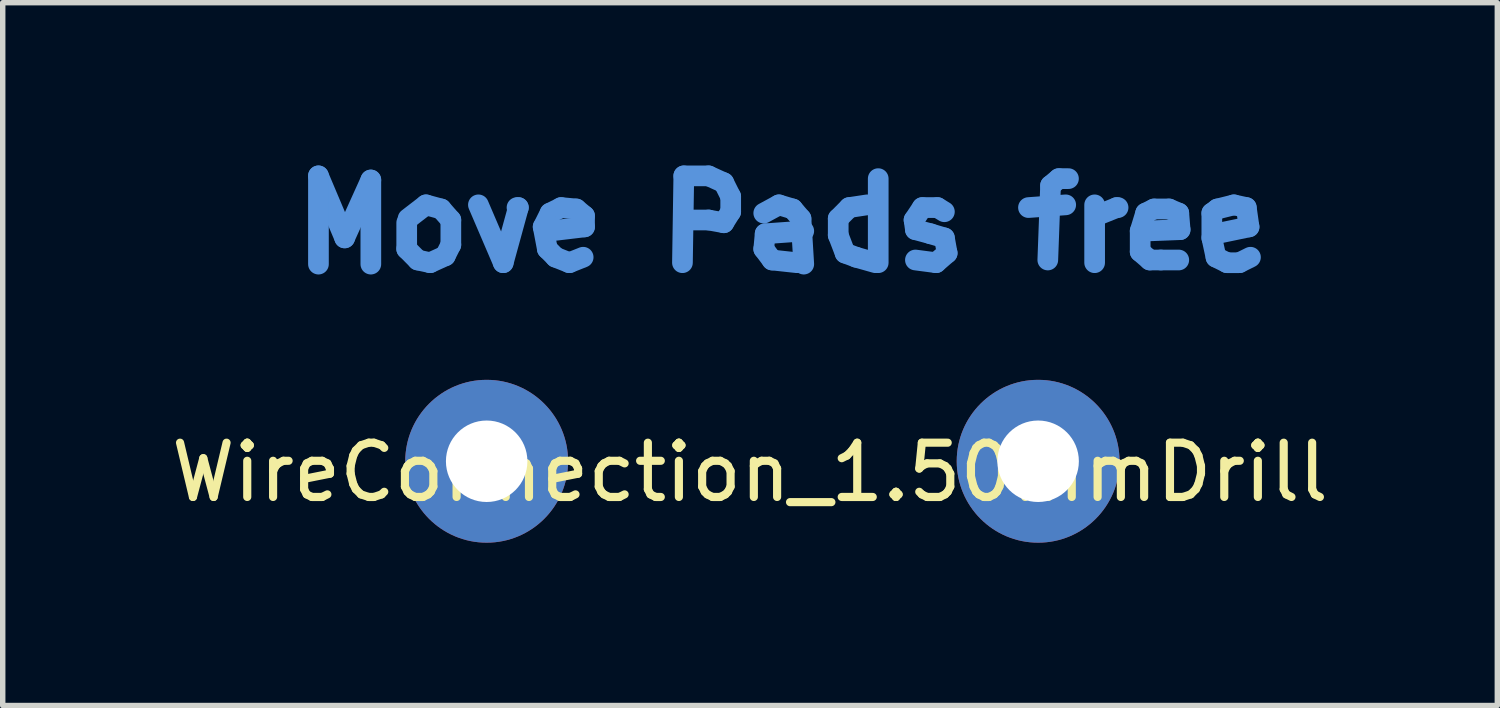
<source format=kicad_pcb>
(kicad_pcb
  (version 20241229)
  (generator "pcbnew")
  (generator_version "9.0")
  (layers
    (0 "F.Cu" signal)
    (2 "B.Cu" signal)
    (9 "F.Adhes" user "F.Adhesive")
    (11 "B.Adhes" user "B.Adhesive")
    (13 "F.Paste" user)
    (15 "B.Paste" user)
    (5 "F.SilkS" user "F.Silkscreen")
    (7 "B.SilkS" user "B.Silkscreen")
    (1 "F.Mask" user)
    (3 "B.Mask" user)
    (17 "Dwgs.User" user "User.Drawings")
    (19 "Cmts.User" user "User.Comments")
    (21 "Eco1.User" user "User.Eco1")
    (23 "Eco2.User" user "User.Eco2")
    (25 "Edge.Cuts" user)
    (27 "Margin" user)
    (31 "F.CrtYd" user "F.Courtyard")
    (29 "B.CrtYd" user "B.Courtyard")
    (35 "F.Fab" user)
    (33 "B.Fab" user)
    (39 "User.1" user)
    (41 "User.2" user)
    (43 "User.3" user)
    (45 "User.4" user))
  (footprint "WireConnection_1.50mmDrill"
    (layer "F.Cu")
    (at 5.916 5.448)
    (property "Reference" "WireConnection_1.50mmDrill" (at 4.851 0.203 0) (layer "F.SilkS") (effects (font (size 1 1) (thickness 0.15))))
    (attr through_hole)
    (fp_line (start -3.099 -5.258) (end -2.616 -4.115) (stroke (width 0.381) (type solid)) (layer "Cmts.User"))
    (fp_line (start -3.099 -3.632) (end -3.099 -5.258) (stroke (width 0.381) (type solid)) (layer "Cmts.User"))
    (fp_line (start -2.616 -4.115) (end -2.134 -5.182) (stroke (width 0.381) (type solid)) (layer "Cmts.User"))
    (fp_line (start -2.134 -5.182) (end -2.134 -3.632) (stroke (width 0.381) (type solid)) (layer "Cmts.User"))
    (fp_line (start -1.473 -4.394) (end -1.473 -3.912) (stroke (width 0.381) (type solid)) (layer "Cmts.User"))
    (fp_line (start -1.473 -3.912) (end -1.27 -3.708) (stroke (width 0.381) (type solid)) (layer "Cmts.User"))
    (fp_line (start -1.27 -3.708) (end -1.041 -3.658) (stroke (width 0.381) (type solid)) (layer "Cmts.User"))
    (fp_line (start -1.118 -4.724) (end -1.448 -4.47) (stroke (width 0.381) (type solid)) (layer "Cmts.User"))
    (fp_line (start -1.041 -3.658) (end -0.762 -3.785) (stroke (width 0.381) (type solid)) (layer "Cmts.User"))
    (fp_line (start -0.838 -4.648) (end -1.118 -4.724) (stroke (width 0.381) (type solid)) (layer "Cmts.User"))
    (fp_line (start -0.762 -3.785) (end -0.66 -3.988) (stroke (width 0.381) (type solid)) (layer "Cmts.User"))
    (fp_line (start -0.66 -4.445) (end -0.838 -4.648) (stroke (width 0.381) (type solid)) (layer "Cmts.User"))
    (fp_line (start -0.66 -3.988) (end -0.66 -4.445) (stroke (width 0.381) (type solid)) (layer "Cmts.User"))
    (fp_line (start -0.152 -4.724) (end 0.305 -3.658) (stroke (width 0.381) (type solid)) (layer "Cmts.User"))
    (fp_line (start 0.305 -3.658) (end 0.584 -4.674) (stroke (width 0.381) (type solid)) (layer "Cmts.User"))
    (fp_line (start 0.584 -4.674) (end 0.559 -4.674) (stroke (width 0.381) (type solid)) (layer "Cmts.User"))
    (fp_line (start 1.041 -4.318) (end 1.168 -4.572) (stroke (width 0.381) (type solid)) (layer "Cmts.User"))
    (fp_line (start 1.118 -3.912) (end 1.041 -4.318) (stroke (width 0.381) (type solid)) (layer "Cmts.User"))
    (fp_line (start 1.168 -4.572) (end 1.372 -4.674) (stroke (width 0.381) (type solid)) (layer "Cmts.User"))
    (fp_line (start 1.27 -3.759) (end 1.118 -3.912) (stroke (width 0.381) (type solid)) (layer "Cmts.User"))
    (fp_line (start 1.372 -4.674) (end 1.651 -4.648) (stroke (width 0.381) (type solid)) (layer "Cmts.User"))
    (fp_line (start 1.524 -3.658) (end 1.27 -3.759) (stroke (width 0.381) (type solid)) (layer "Cmts.User"))
    (fp_line (start 1.651 -4.648) (end 1.803 -4.521) (stroke (width 0.381) (type solid)) (layer "Cmts.User"))
    (fp_line (start 1.778 -3.759) (end 1.524 -3.658) (stroke (width 0.381) (type solid)) (layer "Cmts.User"))
    (fp_line (start 1.803 -4.521) (end 1.803 -4.318) (stroke (width 0.381) (type solid)) (layer "Cmts.User"))
    (fp_line (start 1.803 -4.318) (end 1.168 -4.242) (stroke (width 0.381) (type solid)) (layer "Cmts.User"))
    (fp_line (start 3.607 -3.658) (end 3.632 -5.258) (stroke (width 0.381) (type solid)) (layer "Cmts.User"))
    (fp_line (start 3.632 -5.258) (end 4.089 -5.258) (stroke (width 0.381) (type solid)) (layer "Cmts.User"))
    (fp_line (start 4.089 -5.258) (end 4.369 -5.131) (stroke (width 0.381) (type solid)) (layer "Cmts.User"))
    (fp_line (start 4.089 -4.445) (end 3.632 -4.445) (stroke (width 0.381) (type solid)) (layer "Cmts.User"))
    (fp_line (start 4.369 -5.131) (end 4.496 -4.877) (stroke (width 0.381) (type solid)) (layer "Cmts.User"))
    (fp_line (start 4.369 -4.394) (end 4.089 -4.445) (stroke (width 0.381) (type solid)) (layer "Cmts.User"))
    (fp_line (start 4.496 -4.877) (end 4.496 -4.597) (stroke (width 0.381) (type solid)) (layer "Cmts.User"))
    (fp_line (start 4.496 -4.597) (end 4.369 -4.394) (stroke (width 0.381) (type solid)) (layer "Cmts.User"))
    (fp_line (start 5.105 -4.572) (end 5.385 -4.724) (stroke (width 0.381) (type solid)) (layer "Cmts.User"))
    (fp_line (start 5.105 -3.912) (end 5.131 -4.191) (stroke (width 0.381) (type solid)) (layer "Cmts.User"))
    (fp_line (start 5.131 -4.191) (end 5.842 -4.242) (stroke (width 0.381) (type solid)) (layer "Cmts.User"))
    (fp_line (start 5.258 -3.708) (end 5.105 -3.912) (stroke (width 0.381) (type solid)) (layer "Cmts.User"))
    (fp_line (start 5.385 -4.724) (end 5.639 -4.648) (stroke (width 0.381) (type solid)) (layer "Cmts.User"))
    (fp_line (start 5.639 -4.648) (end 5.791 -4.47) (stroke (width 0.381) (type solid)) (layer "Cmts.User"))
    (fp_line (start 5.715 -3.658) (end 5.258 -3.708) (stroke (width 0.381) (type solid)) (layer "Cmts.User"))
    (fp_line (start 5.791 -4.47) (end 5.842 -3.632) (stroke (width 0.381) (type solid)) (layer "Cmts.User"))
    (fp_line (start 6.477 -4.47) (end 6.68 -4.674) (stroke (width 0.381) (type solid)) (layer "Cmts.User"))
    (fp_line (start 6.477 -4.166) (end 6.477 -4.47) (stroke (width 0.381) (type solid)) (layer "Cmts.User"))
    (fp_line (start 6.604 -3.835) (end 6.477 -4.166) (stroke (width 0.381) (type solid)) (layer "Cmts.User"))
    (fp_line (start 6.68 -4.674) (end 7.01 -4.724) (stroke (width 0.381) (type solid)) (layer "Cmts.User"))
    (fp_line (start 6.807 -3.759) (end 6.604 -3.835) (stroke (width 0.381) (type solid)) (layer "Cmts.User"))
    (fp_line (start 7.163 -3.658) (end 6.807 -3.759) (stroke (width 0.381) (type solid)) (layer "Cmts.User"))
    (fp_line (start 7.214 -5.207) (end 7.214 -3.658) (stroke (width 0.381) (type solid)) (layer "Cmts.User"))
    (fp_line (start 7.874 -4.445) (end 7.899 -4.267) (stroke (width 0.381) (type solid)) (layer "Cmts.User"))
    (fp_line (start 7.899 -4.267) (end 8.179 -4.191) (stroke (width 0.381) (type solid)) (layer "Cmts.User"))
    (fp_line (start 8.026 -4.674) (end 7.874 -4.445) (stroke (width 0.381) (type solid)) (layer "Cmts.User"))
    (fp_line (start 8.179 -4.191) (end 8.433 -4.115) (stroke (width 0.381) (type solid)) (layer "Cmts.User"))
    (fp_line (start 8.28 -3.658) (end 7.899 -3.708) (stroke (width 0.381) (type solid)) (layer "Cmts.User"))
    (fp_line (start 8.306 -4.674) (end 8.026 -4.674) (stroke (width 0.381) (type solid)) (layer "Cmts.User"))
    (fp_line (start 8.433 -4.597) (end 8.306 -4.674) (stroke (width 0.381) (type solid)) (layer "Cmts.User"))
    (fp_line (start 8.433 -4.115) (end 8.484 -3.835) (stroke (width 0.381) (type solid)) (layer "Cmts.User"))
    (fp_line (start 8.484 -3.835) (end 8.28 -3.658) (stroke (width 0.381) (type solid)) (layer "Cmts.User"))
    (fp_line (start 9.982 -4.674) (end 10.668 -4.724) (stroke (width 0.381) (type solid)) (layer "Cmts.User"))
    (fp_line (start 10.389 -5.08) (end 10.338 -3.708) (stroke (width 0.381) (type solid)) (layer "Cmts.User"))
    (fp_line (start 10.541 -5.207) (end 10.389 -5.08) (stroke (width 0.381) (type solid)) (layer "Cmts.User"))
    (fp_line (start 10.719 -5.207) (end 10.541 -5.207) (stroke (width 0.381) (type solid)) (layer "Cmts.User"))
    (fp_line (start 11.201 -4.724) (end 11.201 -3.658) (stroke (width 0.381) (type solid)) (layer "Cmts.User"))
    (fp_line (start 11.227 -4.521) (end 11.608 -4.674) (stroke (width 0.381) (type solid)) (layer "Cmts.User"))
    (fp_line (start 11.608 -4.674) (end 11.633 -4.674) (stroke (width 0.381) (type solid)) (layer "Cmts.User"))
    (fp_line (start 12.04 -4.242) (end 12.141 -4.572) (stroke (width 0.381) (type solid)) (layer "Cmts.User"))
    (fp_line (start 12.04 -3.861) (end 12.04 -4.242) (stroke (width 0.381) (type solid)) (layer "Cmts.User"))
    (fp_line (start 12.141 -4.572) (end 12.294 -4.648) (stroke (width 0.381) (type solid)) (layer "Cmts.User"))
    (fp_line (start 12.217 -3.708) (end 12.04 -3.861) (stroke (width 0.381) (type solid)) (layer "Cmts.User"))
    (fp_line (start 12.294 -4.648) (end 12.573 -4.648) (stroke (width 0.381) (type solid)) (layer "Cmts.User"))
    (fp_line (start 12.421 -3.708) (end 12.217 -3.708) (stroke (width 0.381) (type solid)) (layer "Cmts.User"))
    (fp_line (start 12.573 -4.648) (end 12.751 -4.572) (stroke (width 0.381) (type solid)) (layer "Cmts.User"))
    (fp_line (start 12.751 -4.572) (end 12.776 -4.267) (stroke (width 0.381) (type solid)) (layer "Cmts.User"))
    (fp_line (start 12.751 -3.708) (end 12.421 -3.708) (stroke (width 0.381) (type solid)) (layer "Cmts.User"))
    (fp_line (start 12.776 -4.267) (end 12.141 -4.242) (stroke (width 0.381) (type solid)) (layer "Cmts.User"))
    (fp_line (start 13.36 -4.572) (end 13.462 -4.648) (stroke (width 0.381) (type solid)) (layer "Cmts.User"))
    (fp_line (start 13.36 -4.115) (end 13.36 -4.572) (stroke (width 0.381) (type solid)) (layer "Cmts.User"))
    (fp_line (start 13.437 -4.191) (end 13.437 -4.242) (stroke (width 0.381) (type solid)) (layer "Cmts.User"))
    (fp_line (start 13.437 -3.759) (end 13.36 -4.115) (stroke (width 0.381) (type solid)) (layer "Cmts.User"))
    (fp_line (start 13.462 -4.648) (end 13.767 -4.724) (stroke (width 0.381) (type solid)) (layer "Cmts.User"))
    (fp_line (start 13.64 -3.658) (end 13.437 -3.759) (stroke (width 0.381) (type solid)) (layer "Cmts.User"))
    (fp_line (start 13.767 -4.724) (end 13.995 -4.674) (stroke (width 0.381) (type solid)) (layer "Cmts.User"))
    (fp_line (start 13.868 -3.658) (end 13.64 -3.658) (stroke (width 0.381) (type solid)) (layer "Cmts.User"))
    (fp_line (start 13.995 -4.674) (end 14.046 -4.318) (stroke (width 0.381) (type solid)) (layer "Cmts.User"))
    (fp_line (start 14.046 -4.318) (end 13.437 -4.191) (stroke (width 0.381) (type solid)) (layer "Cmts.User"))
    (fp_line (start 14.072 -3.759) (end 13.868 -3.658) (stroke (width 0.381) (type solid)) (layer "Cmts.User"))
    (pad "1" thru_hole circle (at 0 0) (size 3 3) (drill 1.501) (layers "*.Cu" "*.Mask"))
    (pad "2" thru_hole circle (at 10.16 0) (size 3 3) (drill 1.501) (layers "*.Cu" "*.Mask")))
  (gr_rect
    (start -3 -3)
    (end 24.536 9.948)
    (stroke (width 0.1) (type default))
    (fill no)
    (layer "Edge.Cuts")))
</source>
